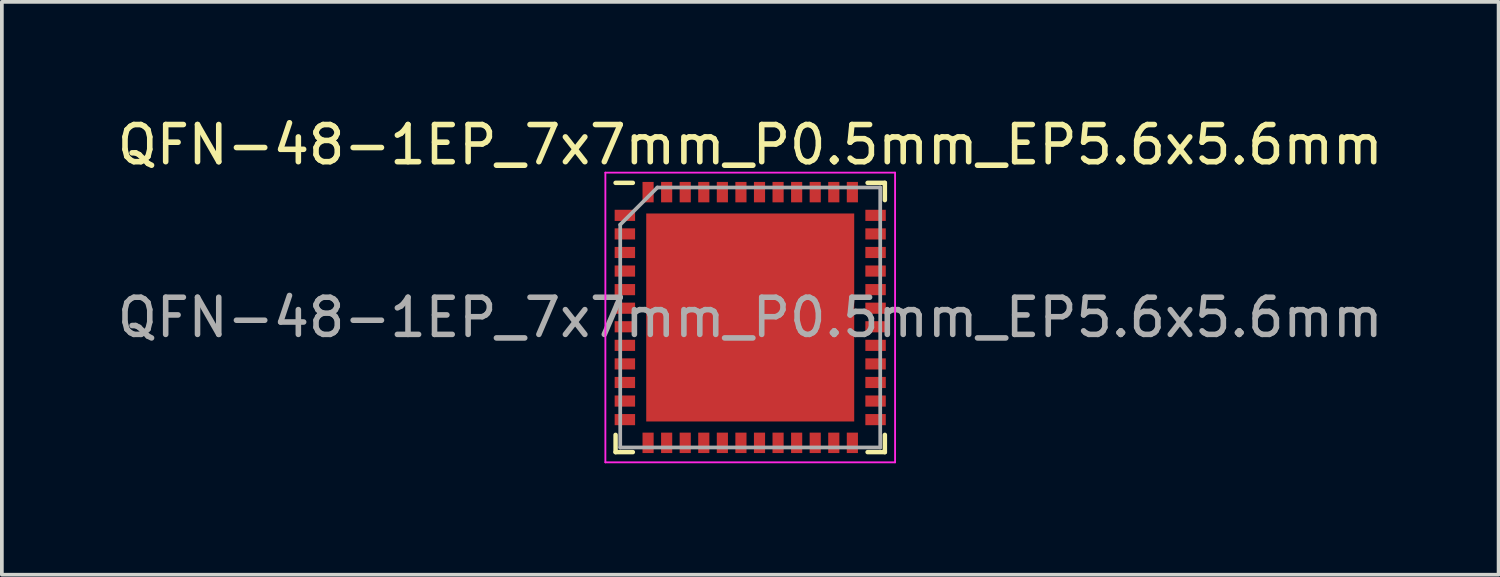
<source format=kicad_pcb>
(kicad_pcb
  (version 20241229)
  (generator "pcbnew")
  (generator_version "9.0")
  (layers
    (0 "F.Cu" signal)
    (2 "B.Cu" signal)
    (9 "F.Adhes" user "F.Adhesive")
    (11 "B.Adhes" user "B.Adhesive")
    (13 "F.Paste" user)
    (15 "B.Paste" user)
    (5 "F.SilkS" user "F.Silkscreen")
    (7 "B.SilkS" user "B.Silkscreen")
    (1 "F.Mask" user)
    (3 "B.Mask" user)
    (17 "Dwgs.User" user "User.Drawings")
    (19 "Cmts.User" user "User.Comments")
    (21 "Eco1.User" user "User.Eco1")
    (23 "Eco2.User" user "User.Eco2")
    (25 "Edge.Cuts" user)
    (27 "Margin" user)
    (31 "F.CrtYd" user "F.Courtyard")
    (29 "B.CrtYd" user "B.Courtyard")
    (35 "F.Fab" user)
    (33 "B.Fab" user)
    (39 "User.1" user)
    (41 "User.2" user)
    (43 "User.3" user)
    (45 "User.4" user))
  (footprint "QFN-48-1EP_7x7mm_P0.5mm_EP5.6x5.6mm"
    (layer "F.Cu")
    (at 17.149 5.498)
    (property "Reference" "QFN-48-1EP_7x7mm_P0.5mm_EP5.6x5.6mm" (at 0 -4.65 0) (layer "F.SilkS") (effects (font (size 1 1) (thickness 0.15))))
    (attr smd)
    (fp_line (start -3.625 -3.625) (end -3.16 -3.625) (stroke (width 0.12) (type solid)) (layer "F.SilkS"))
    (fp_line (start -3.625 3.625) (end -3.625 3.16) (stroke (width 0.12) (type solid)) (layer "F.SilkS"))
    (fp_line (start -3.16 3.625) (end -3.625 3.625) (stroke (width 0.12) (type solid)) (layer "F.SilkS"))
    (fp_line (start 3.16 -3.625) (end 3.625 -3.625) (stroke (width 0.12) (type solid)) (layer "F.SilkS"))
    (fp_line (start 3.16 3.625) (end 3.625 3.625) (stroke (width 0.12) (type solid)) (layer "F.SilkS"))
    (fp_line (start 3.625 -3.625) (end 3.625 -3.16) (stroke (width 0.12) (type solid)) (layer "F.SilkS"))
    (fp_line (start 3.625 3.625) (end 3.625 3.16) (stroke (width 0.12) (type solid)) (layer "F.SilkS"))
    (fp_line (start -3.9 -3.9) (end -3.9 3.9) (stroke (width 0.05) (type solid)) (layer "F.CrtYd"))
    (fp_line (start -3.9 3.9) (end 3.9 3.9) (stroke (width 0.05) (type solid)) (layer "F.CrtYd"))
    (fp_line (start 3.9 -3.9) (end -3.9 -3.9) (stroke (width 0.05) (type solid)) (layer "F.CrtYd"))
    (fp_line (start 3.9 3.9) (end 3.9 -3.9) (stroke (width 0.05) (type solid)) (layer "F.CrtYd"))
    (fp_line (start -3.5 -2.5) (end -2.5 -3.5) (stroke (width 0.1) (type solid)) (layer "F.Fab"))
    (fp_line (start -3.5 3.5) (end -3.5 -2.5) (stroke (width 0.1) (type solid)) (layer "F.Fab"))
    (fp_line (start -2.5 -3.5) (end 3.5 -3.5) (stroke (width 0.1) (type solid)) (layer "F.Fab"))
    (fp_line (start 3.5 -3.5) (end 3.5 3.5) (stroke (width 0.1) (type solid)) (layer "F.Fab"))
    (fp_line (start 3.5 3.5) (end -3.5 3.5) (stroke (width 0.1) (type solid)) (layer "F.Fab"))
    (fp_text user "${REFERENCE}" (at 0 0 0) (layer "F.Fab") (effects (font (size 1 1) (thickness 0.15))))
    (pad "" smd rect (at -2.1 -2.1) (size 1.12 1.12) (layers "F.Paste"))
    (pad "" smd rect (at -2.1 -0.7) (size 1.12 1.12) (layers "F.Paste"))
    (pad "" smd rect (at -2.1 0.7) (size 1.12 1.12) (layers "F.Paste"))
    (pad "" smd rect (at -2.1 2.1) (size 1.12 1.12) (layers "F.Paste"))
    (pad "" smd rect (at -0.7 -2.1) (size 1.12 1.12) (layers "F.Paste"))
    (pad "" smd rect (at -0.7 -0.7) (size 1.12 1.12) (layers "F.Paste"))
    (pad "" smd rect (at -0.7 0.7) (size 1.12 1.12) (layers "F.Paste"))
    (pad "" smd rect (at -0.7 2.1) (size 1.12 1.12) (layers "F.Paste"))
    (pad "" smd rect (at 0.7 -2.1) (size 1.12 1.12) (layers "F.Paste"))
    (pad "" smd rect (at 0.7 -0.7) (size 1.12 1.12) (layers "F.Paste"))
    (pad "" smd rect (at 0.7 0.7) (size 1.12 1.12) (layers "F.Paste"))
    (pad "" smd rect (at 0.7 2.1) (size 1.12 1.12) (layers "F.Paste"))
    (pad "" smd rect (at 2.1 -2.1) (size 1.12 1.12) (layers "F.Paste"))
    (pad "" smd rect (at 2.1 -0.7) (size 1.12 1.12) (layers "F.Paste"))
    (pad "" smd rect (at 2.1 0.7) (size 1.12 1.12) (layers "F.Paste"))
    (pad "" smd rect (at 2.1 2.1) (size 1.12 1.12) (layers "F.Paste"))
    (pad "1" smd rect (at -3.375 -2.75) (size 0.55 0.3) (layers "F.Cu" "F.Mask" "F.Paste"))
    (pad "2" smd rect (at -3.375 -2.25) (size 0.55 0.3) (layers "F.Cu" "F.Mask" "F.Paste"))
    (pad "3" smd rect (at -3.375 -1.75) (size 0.55 0.3) (layers "F.Cu" "F.Mask" "F.Paste"))
    (pad "4" smd rect (at -3.375 -1.25) (size 0.55 0.3) (layers "F.Cu" "F.Mask" "F.Paste"))
    (pad "5" smd rect (at -3.375 -0.75) (size 0.55 0.3) (layers "F.Cu" "F.Mask" "F.Paste"))
    (pad "6" smd rect (at -3.375 -0.25) (size 0.55 0.3) (layers "F.Cu" "F.Mask" "F.Paste"))
    (pad "7" smd rect (at -3.375 0.25) (size 0.55 0.3) (layers "F.Cu" "F.Mask" "F.Paste"))
    (pad "8" smd rect (at -3.375 0.75) (size 0.55 0.3) (layers "F.Cu" "F.Mask" "F.Paste"))
    (pad "9" smd rect (at -3.375 1.25) (size 0.55 0.3) (layers "F.Cu" "F.Mask" "F.Paste"))
    (pad "10" smd rect (at -3.375 1.75) (size 0.55 0.3) (layers "F.Cu" "F.Mask" "F.Paste"))
    (pad "11" smd rect (at -3.375 2.25) (size 0.55 0.3) (layers "F.Cu" "F.Mask" "F.Paste"))
    (pad "12" smd rect (at -3.375 2.75) (size 0.55 0.3) (layers "F.Cu" "F.Mask" "F.Paste"))
    (pad "13" smd rect (at -2.75 3.375 90) (size 0.55 0.3) (layers "F.Cu" "F.Mask" "F.Paste"))
    (pad "14" smd rect (at -2.25 3.375 90) (size 0.55 0.3) (layers "F.Cu" "F.Mask" "F.Paste"))
    (pad "15" smd rect (at -1.75 3.375 90) (size 0.55 0.3) (layers "F.Cu" "F.Mask" "F.Paste"))
    (pad "16" smd rect (at -1.25 3.375 90) (size 0.55 0.3) (layers "F.Cu" "F.Mask" "F.Paste"))
    (pad "17" smd rect (at -0.75 3.375 90) (size 0.55 0.3) (layers "F.Cu" "F.Mask" "F.Paste"))
    (pad "18" smd rect (at -0.25 3.375 90) (size 0.55 0.3) (layers "F.Cu" "F.Mask" "F.Paste"))
    (pad "19" smd rect (at 0.25 3.375 90) (size 0.55 0.3) (layers "F.Cu" "F.Mask" "F.Paste"))
    (pad "20" smd rect (at 0.75 3.375 90) (size 0.55 0.3) (layers "F.Cu" "F.Mask" "F.Paste"))
    (pad "21" smd rect (at 1.25 3.375 90) (size 0.55 0.3) (layers "F.Cu" "F.Mask" "F.Paste"))
    (pad "22" smd rect (at 1.75 3.375 90) (size 0.55 0.3) (layers "F.Cu" "F.Mask" "F.Paste"))
    (pad "23" smd rect (at 2.25 3.375 90) (size 0.55 0.3) (layers "F.Cu" "F.Mask" "F.Paste"))
    (pad "24" smd rect (at 2.75 3.375 90) (size 0.55 0.3) (layers "F.Cu" "F.Mask" "F.Paste"))
    (pad "25" smd rect (at 3.375 2.75) (size 0.55 0.3) (layers "F.Cu" "F.Mask" "F.Paste"))
    (pad "26" smd rect (at 3.375 2.25) (size 0.55 0.3) (layers "F.Cu" "F.Mask" "F.Paste"))
    (pad "27" smd rect (at 3.375 1.75) (size 0.55 0.3) (layers "F.Cu" "F.Mask" "F.Paste"))
    (pad "28" smd rect (at 3.375 1.25) (size 0.55 0.3) (layers "F.Cu" "F.Mask" "F.Paste"))
    (pad "29" smd rect (at 3.375 0.75) (size 0.55 0.3) (layers "F.Cu" "F.Mask" "F.Paste"))
    (pad "30" smd rect (at 3.375 0.25) (size 0.55 0.3) (layers "F.Cu" "F.Mask" "F.Paste"))
    (pad "31" smd rect (at 3.375 -0.25) (size 0.55 0.3) (layers "F.Cu" "F.Mask" "F.Paste"))
    (pad "32" smd rect (at 3.375 -0.75) (size 0.55 0.3) (layers "F.Cu" "F.Mask" "F.Paste"))
    (pad "33" smd rect (at 3.375 -1.25) (size 0.55 0.3) (layers "F.Cu" "F.Mask" "F.Paste"))
    (pad "34" smd rect (at 3.375 -1.75) (size 0.55 0.3) (layers "F.Cu" "F.Mask" "F.Paste"))
    (pad "35" smd rect (at 3.375 -2.25) (size 0.55 0.3) (layers "F.Cu" "F.Mask" "F.Paste"))
    (pad "36" smd rect (at 3.375 -2.75) (size 0.55 0.3) (layers "F.Cu" "F.Mask" "F.Paste"))
    (pad "37" smd rect (at 2.75 -3.375 90) (size 0.55 0.3) (layers "F.Cu" "F.Mask" "F.Paste"))
    (pad "38" smd rect (at 2.25 -3.375 90) (size 0.55 0.3) (layers "F.Cu" "F.Mask" "F.Paste"))
    (pad "39" smd rect (at 1.75 -3.375 90) (size 0.55 0.3) (layers "F.Cu" "F.Mask" "F.Paste"))
    (pad "40" smd rect (at 1.25 -3.375 90) (size 0.55 0.3) (layers "F.Cu" "F.Mask" "F.Paste"))
    (pad "41" smd rect (at 0.75 -3.375 90) (size 0.55 0.3) (layers "F.Cu" "F.Mask" "F.Paste"))
    (pad "42" smd rect (at 0.25 -3.375 90) (size 0.55 0.3) (layers "F.Cu" "F.Mask" "F.Paste"))
    (pad "43" smd rect (at -0.25 -3.375 90) (size 0.55 0.3) (layers "F.Cu" "F.Mask" "F.Paste"))
    (pad "44" smd rect (at -0.75 -3.375 90) (size 0.55 0.3) (layers "F.Cu" "F.Mask" "F.Paste"))
    (pad "45" smd rect (at -1.25 -3.375 90) (size 0.55 0.3) (layers "F.Cu" "F.Mask" "F.Paste"))
    (pad "46" smd rect (at -1.75 -3.375 90) (size 0.55 0.3) (layers "F.Cu" "F.Mask" "F.Paste"))
    (pad "47" smd rect (at -2.25 -3.375 90) (size 0.55 0.3) (layers "F.Cu" "F.Mask" "F.Paste"))
    (pad "48" smd rect (at -2.75 -3.375 90) (size 0.55 0.3) (layers "F.Cu" "F.Mask" "F.Paste"))
    (pad "49" smd rect (at 0 0) (size 5.6 5.6) (layers "F.Cu" "F.Mask")))
  (gr_rect
    (start -3 -3)
    (end 37.298 12.423)
    (stroke (width 0.1) (type default))
    (fill no)
    (layer "Edge.Cuts")))
</source>
